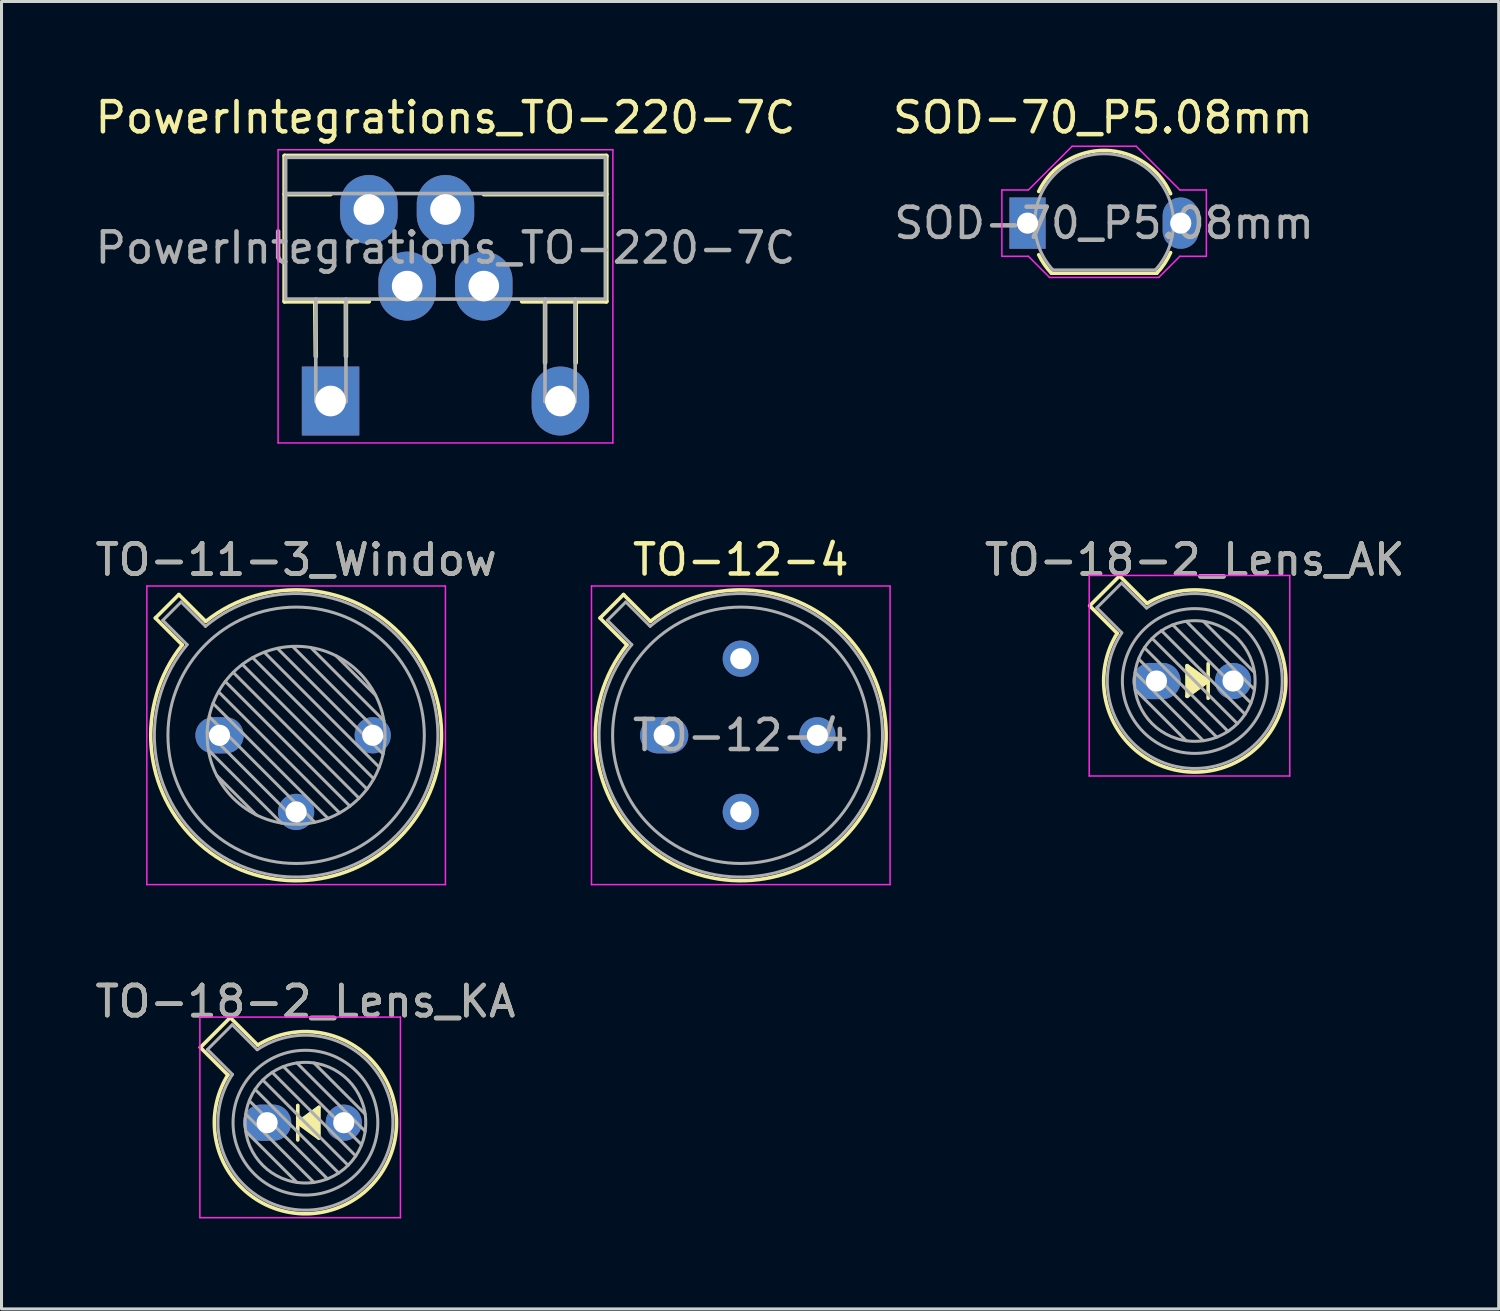
<source format=kicad_pcb>
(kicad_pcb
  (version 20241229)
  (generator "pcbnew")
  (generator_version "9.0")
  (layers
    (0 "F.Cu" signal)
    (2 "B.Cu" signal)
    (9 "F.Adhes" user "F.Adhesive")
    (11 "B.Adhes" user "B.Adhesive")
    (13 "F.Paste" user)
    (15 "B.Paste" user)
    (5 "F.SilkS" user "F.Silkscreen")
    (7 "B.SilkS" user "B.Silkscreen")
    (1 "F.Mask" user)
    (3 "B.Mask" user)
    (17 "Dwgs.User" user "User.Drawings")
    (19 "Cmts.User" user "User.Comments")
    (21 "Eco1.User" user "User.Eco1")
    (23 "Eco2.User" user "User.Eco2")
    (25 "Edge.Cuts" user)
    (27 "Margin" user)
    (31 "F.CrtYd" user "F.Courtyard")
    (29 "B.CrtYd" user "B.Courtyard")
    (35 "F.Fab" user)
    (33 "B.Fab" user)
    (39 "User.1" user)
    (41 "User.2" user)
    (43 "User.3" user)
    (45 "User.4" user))
  (footprint "PowerIntegrations_TO-220-7C"
    (layer "F.Cu")
    (at 7.91 10.246)
    (property "Reference" "PowerIntegrations_TO-220-7C" (at 3.81 -9.398 0) (layer "F.SilkS") (effects (font (size 1 1) (thickness 0.15))))
    (attr through_hole)
    (fp_line (start -1.524 -8.128) (end -1.524 -3.302) (stroke (width 0.15) (type solid)) (layer "F.SilkS"))
    (fp_line (start -1.524 -6.858) (end 0 -6.858) (stroke (width 0.15) (type solid)) (layer "F.SilkS"))
    (fp_line (start -1.524 -3.302) (end 1.27 -3.302) (stroke (width 0.15) (type solid)) (layer "F.SilkS"))
    (fp_line (start -0.49 -1.48) (end -0.508 -3.302) (stroke (width 0.15) (type solid)) (layer "F.SilkS"))
    (fp_line (start 0.51 -1.48) (end 0.508 -3.302) (stroke (width 0.15) (type solid)) (layer "F.SilkS"))
    (fp_line (start 7.112 -1.27) (end 7.112 -3.302) (stroke (width 0.15) (type solid)) (layer "F.SilkS"))
    (fp_line (start 8.128 -1.27) (end 8.128 -3.302) (stroke (width 0.15) (type solid)) (layer "F.SilkS"))
    (fp_line (start 9.144 -8.128) (end -1.524 -8.128) (stroke (width 0.15) (type solid)) (layer "F.SilkS"))
    (fp_line (start 9.144 -8.128) (end 9.144 -3.302) (stroke (width 0.15) (type solid)) (layer "F.SilkS"))
    (fp_line (start 9.144 -6.858) (end 5.08 -6.858) (stroke (width 0.15) (type solid)) (layer "F.SilkS"))
    (fp_line (start 9.144 -3.302) (end 6.35 -3.302) (stroke (width 0.15) (type solid)) (layer "F.SilkS"))
    (fp_line (start -1.74 -8.33) (end -1.74 1.39) (stroke (width 0.05) (type solid)) (layer "F.CrtYd"))
    (fp_line (start -1.74 -8.33) (end 9.36 -8.33) (stroke (width 0.05) (type solid)) (layer "F.CrtYd"))
    (fp_line (start 9.36 1.39) (end -1.74 1.39) (stroke (width 0.05) (type solid)) (layer "F.CrtYd"))
    (fp_line (start 9.36 1.39) (end 9.36 -8.33) (stroke (width 0.05) (type solid)) (layer "F.CrtYd"))
    (fp_line (start -1.49 -8.08) (end -1.49 -3.38) (stroke (width 0.12) (type solid)) (layer "F.Fab"))
    (fp_line (start -1.49 -6.88) (end 9.11 -6.88) (stroke (width 0.12) (type solid)) (layer "F.Fab"))
    (fp_line (start -1.49 -3.38) (end 9.11 -3.38) (stroke (width 0.12) (type solid)) (layer "F.Fab"))
    (fp_line (start -0.49 -3.38) (end -0.49 0.02) (stroke (width 0.12) (type solid)) (layer "F.Fab"))
    (fp_line (start -0.49 0.02) (end 0.51 0.02) (stroke (width 0.12) (type solid)) (layer "F.Fab"))
    (fp_line (start 0.51 0.02) (end 0.51 -3.38) (stroke (width 0.12) (type solid)) (layer "F.Fab"))
    (fp_line (start 7.11 -3.38) (end 7.11 0.02) (stroke (width 0.12) (type solid)) (layer "F.Fab"))
    (fp_line (start 7.11 0.02) (end 8.11 0.02) (stroke (width 0.12) (type solid)) (layer "F.Fab"))
    (fp_line (start 8.11 0.02) (end 8.11 -3.38) (stroke (width 0.12) (type solid)) (layer "F.Fab"))
    (fp_line (start 9.11 -8.08) (end -1.49 -8.08) (stroke (width 0.12) (type solid)) (layer "F.Fab"))
    (fp_line (start 9.11 -3.38) (end 9.11 -8.08) (stroke (width 0.12) (type solid)) (layer "F.Fab"))
    (fp_text user "${REFERENCE}" (at 3.81 -5.08 0) (layer "F.Fab") (effects (font (size 1 1) (thickness 0.15))))
    (pad "1" thru_hole rect (at 0 0) (size 1.905 2.286) (drill 1.016) (layers "*.Cu" "*.Mask"))
    (pad "2" thru_hole oval (at 1.27 -6.35) (size 1.905 2.286) (drill 1.016) (layers "*.Cu" "*.Mask"))
    (pad "3" thru_hole oval (at 2.54 -3.81) (size 1.905 2.286) (drill 1.016) (layers "*.Cu" "*.Mask"))
    (pad "4" thru_hole oval (at 3.81 -6.35) (size 1.905 2.286) (drill 1.016) (layers "*.Cu" "*.Mask"))
    (pad "5" thru_hole oval (at 5.08 -3.81) (size 1.905 2.286) (drill 1.016) (layers "*.Cu" "*.Mask"))
    (pad "7" thru_hole oval (at 7.62 0) (size 1.905 2.286) (drill 1.016) (layers "*.Cu" "*.Mask")))
  (footprint "TO-18-2_Lens_AK"
    (layer "F.Cu")
    (at 35.293 19.529)
    (property "Reference" "TO-18-2_Lens_AK" (at 1.27 -4.02 0) (layer "F.SilkS") (effects (font (size 1 1) (thickness 0.15))))
    (attr through_hole)
    (fp_line (start -2.214 -2.494) (end -1.302 -1.582) (stroke (width 0.12) (type solid)) (layer "F.SilkS"))
    (fp_line (start -1.224 -3.484) (end -2.214 -2.494) (stroke (width 0.12) (type solid)) (layer "F.SilkS"))
    (fp_line (start -0.312 -2.572) (end -1.224 -3.484) (stroke (width 0.12) (type solid)) (layer "F.SilkS"))
    (fp_line (start 1.016 -0.508) (end 1.714 0) (stroke (width 0.12) (type solid)) (layer "F.SilkS"))
    (fp_line (start 1.016 0.508) (end 1.016 -0.508) (stroke (width 0.12) (type solid)) (layer "F.SilkS"))
    (fp_line (start 1.714 -0.572) (end 1.714 0.572) (stroke (width 0.12) (type solid)) (layer "F.SilkS"))
    (fp_line (start 1.714 0) (end 1.016 0.508) (stroke (width 0.12) (type solid)) (layer "F.SilkS"))
    (fp_arc (start -0.312331 -2.572281) (mid 3.405374 2.135551) (end -1.30215 -1.582544) (stroke (width 0.12) (type solid)) (layer "F.SilkS"))
    (fp_poly (pts (xy 1.714 0) (xy 1.016 0.508) (xy 1.016 -0.508)) (stroke (width 0.1) (type solid)) (fill yes) (layer "F.SilkS"))
    (fp_line (start -2.23 -3.5) (end -2.23 3.15) (stroke (width 0.05) (type solid)) (layer "F.CrtYd"))
    (fp_line (start -2.23 3.15) (end 4.42 3.15) (stroke (width 0.05) (type solid)) (layer "F.CrtYd"))
    (fp_line (start 4.42 -3.5) (end -2.23 -3.5) (stroke (width 0.05) (type solid)) (layer "F.CrtYd"))
    (fp_line (start 4.42 3.15) (end 4.42 -3.5) (stroke (width 0.05) (type solid)) (layer "F.CrtYd"))
    (fp_line (start -1.977 -2.426) (end -1.149 -1.599) (stroke (width 0.1) (type solid)) (layer "F.Fab"))
    (fp_line (start -1.156 -3.247) (end -1.977 -2.426) (stroke (width 0.1) (type solid)) (layer "F.Fab"))
    (fp_line (start -0.71 -0.283) (end 1.553 1.98) (stroke (width 0.1) (type solid)) (layer "F.Fab"))
    (fp_line (start -0.71 0.283) (end 0.987 1.98) (stroke (width 0.1) (type solid)) (layer "F.Fab"))
    (fp_line (start -0.592 -0.731) (end 2.001 1.862) (stroke (width 0.1) (type solid)) (layer "F.Fab"))
    (fp_line (start -0.399 -1.103) (end 2.373 1.669) (stroke (width 0.1) (type solid)) (layer "F.Fab"))
    (fp_line (start -0.329 -2.419) (end -1.156 -3.247) (stroke (width 0.1) (type solid)) (layer "F.Fab"))
    (fp_line (start -0.145 -1.415) (end 2.685 1.415) (stroke (width 0.1) (type solid)) (layer "F.Fab"))
    (fp_line (start 0.167 -1.669) (end 2.939 1.103) (stroke (width 0.1) (type solid)) (layer "F.Fab"))
    (fp_line (start 0.539 -1.862) (end 3.132 0.731) (stroke (width 0.1) (type solid)) (layer "F.Fab"))
    (fp_line (start 0.987 -1.98) (end 3.25 0.283) (stroke (width 0.1) (type solid)) (layer "F.Fab"))
    (fp_line (start 1.553 -1.98) (end 3.25 -0.283) (stroke (width 0.1) (type solid)) (layer "F.Fab"))
    (fp_arc (start -0.329057 -2.419301) (mid 3.321075 2.050145) (end -1.150029 -1.597956) (stroke (width 0.1) (type solid)) (layer "F.Fab"))
    (fp_circle (center 1.27 0) (end 3.27 0) (stroke (width 0.1) (type solid)) (fill no) (layer "F.Fab"))
    (fp_circle (center 1.27 0) (end 3.67 0) (stroke (width 0.1) (type solid)) (fill no) (layer "F.Fab"))
    (fp_text user "${REFERENCE}" (at 1.27 -4.02 0) (layer "F.Fab") (effects (font (size 1 1) (thickness 0.15))))
    (pad "1" thru_hole oval (at 0 0) (size 1.6 1.2) (drill 0.7) (layers "*.Cu" "*.Mask"))
    (pad "2" thru_hole oval (at 2.54 0) (size 1.2 1.2) (drill 0.7) (layers "*.Cu" "*.Mask")))
  (footprint "SOD-70_P5.08mm"
    (layer "F.Cu")
    (at 31.018 4.348)
    (property "Reference" "SOD-70_P5.08mm" (at 2.5 -3.5 0) (layer "F.SilkS") (effects (font (size 1 1) (thickness 0.15))))
    (attr through_hole)
    (fp_line (start 4.287 1.66) (end 0.793 1.66) (stroke (width 0.12) (type solid)) (layer "F.SilkS"))
    (fp_arc (start 0.37076 -1.05) (mid 2.5811 -2.40965) (end 4.743786 -0.975412) (stroke (width 0.12) (type solid)) (layer "F.SilkS"))
    (fp_arc (start 0.79286 1.66) (mid 0.5582 1.371338) (end 0.370761 1.05) (stroke (width 0.12) (type solid)) (layer "F.SilkS"))
    (fp_arc (start 4.743786 0.975412) (mid 4.544899 1.337341) (end 4.287141 1.66) (stroke (width 0.12) (type solid)) (layer "F.SilkS"))
    (fp_line (start -0.85 -1.1) (end -0.85 1.1) (stroke (width 0.05) (type solid)) (layer "F.CrtYd"))
    (fp_line (start -0.85 1.1) (end 0.03 1.1) (stroke (width 0.05) (type solid)) (layer "F.CrtYd"))
    (fp_line (start 0.03 -1.1) (end -0.85 -1.1) (stroke (width 0.05) (type solid)) (layer "F.CrtYd"))
    (fp_line (start 0.03 1.1) (end 0.73 1.8) (stroke (width 0.05) (type solid)) (layer "F.CrtYd"))
    (fp_line (start 1.48 -2.55) (end 0.03 -1.1) (stroke (width 0.05) (type solid)) (layer "F.CrtYd"))
    (fp_line (start 1.48 -2.55) (end 3.6 -2.55) (stroke (width 0.05) (type solid)) (layer "F.CrtYd"))
    (fp_line (start 3.6 -2.55) (end 5.05 -1.1) (stroke (width 0.05) (type solid)) (layer "F.CrtYd"))
    (fp_line (start 4.35 1.8) (end 0.73 1.8) (stroke (width 0.05) (type solid)) (layer "F.CrtYd"))
    (fp_line (start 5.05 -1.1) (end 5.93 -1.1) (stroke (width 0.05) (type solid)) (layer "F.CrtYd"))
    (fp_line (start 5.05 1.1) (end 4.35 1.8) (stroke (width 0.05) (type solid)) (layer "F.CrtYd"))
    (fp_line (start 5.93 -1.1) (end 5.93 1.1) (stroke (width 0.05) (type solid)) (layer "F.CrtYd"))
    (fp_line (start 5.93 1.1) (end 5.05 1.1) (stroke (width 0.05) (type solid)) (layer "F.CrtYd"))
    (fp_line (start 4.239 1.55) (end 0.841 1.55) (stroke (width 0.1) (type solid)) (layer "F.Fab"))
    (fp_arc (start 0.840735 1.55) (mid 2.54 -2.3) (end 4.239265 1.55) (stroke (width 0.1) (type solid)) (layer "F.Fab"))
    (fp_text user "${REFERENCE}" (at 2.54 0 0) (layer "F.Fab") (effects (font (size 1 1) (thickness 0.15))))
    (pad "1" thru_hole rect (at 0 0) (size 1.2 1.7) (drill 0.7) (layers "*.Cu" "*.Mask"))
    (pad "2" thru_hole oval (at 5.08 0) (size 1.2 1.7) (drill 0.7) (layers "*.Cu" "*.Mask")))
  (footprint "TO-12-4"
    (layer "F.Cu")
    (at 18.971 21.329)
    (property "Reference" "TO-12-4" (at 2.54 -5.82 0) (layer "F.SilkS") (effects (font (size 1 1) (thickness 0.15))))
    (attr through_hole)
    (fp_line (start -2.126 -3.888) (end -1.235 -2.997) (stroke (width 0.12) (type solid)) (layer "F.SilkS"))
    (fp_line (start -1.348 -4.666) (end -2.126 -3.888) (stroke (width 0.12) (type solid)) (layer "F.SilkS"))
    (fp_line (start -0.457 -3.775) (end -1.348 -4.666) (stroke (width 0.12) (type solid)) (layer "F.SilkS"))
    (fp_arc (start -0.457084 -3.774902) (mid 5.948125 3.408384) (end -1.234674 -2.997371) (stroke (width 0.12) (type solid)) (layer "F.SilkS"))
    (fp_line (start -2.41 -4.95) (end -2.41 4.95) (stroke (width 0.05) (type solid)) (layer "F.CrtYd"))
    (fp_line (start -2.41 4.95) (end 7.49 4.95) (stroke (width 0.05) (type solid)) (layer "F.CrtYd"))
    (fp_line (start 7.49 -4.95) (end -2.41 -4.95) (stroke (width 0.05) (type solid)) (layer "F.CrtYd"))
    (fp_line (start 7.49 4.95) (end 7.49 -4.95) (stroke (width 0.05) (type solid)) (layer "F.CrtYd"))
    (fp_line (start -1.88 -3.812) (end -1.074 -3.005) (stroke (width 0.1) (type solid)) (layer "F.Fab"))
    (fp_line (start -1.272 -4.42) (end -1.88 -3.812) (stroke (width 0.1) (type solid)) (layer "F.Fab"))
    (fp_line (start -0.465 -3.614) (end -1.272 -4.42) (stroke (width 0.1) (type solid)) (layer "F.Fab"))
    (fp_arc (start -0.465408 -3.61352) (mid 5.863443 3.323361) (end -1.073594 -3.005319) (stroke (width 0.1) (type solid)) (layer "F.Fab"))
    (fp_circle (center 2.54 0) (end 6.79 0) (stroke (width 0.1) (type solid)) (fill no) (layer "F.Fab"))
    (fp_text user "${REFERENCE}" (at 2.54 0 0) (layer "F.Fab") (effects (font (size 1 1) (thickness 0.15))))
    (pad "1" thru_hole oval (at 0 0) (size 1.6 1.2) (drill 0.7) (layers "*.Cu" "*.Mask"))
    (pad "2" thru_hole oval (at 2.54 2.54) (size 1.2 1.2) (drill 0.7) (layers "*.Cu" "*.Mask"))
    (pad "3" thru_hole oval (at 5.08 0) (size 1.2 1.2) (drill 0.7) (layers "*.Cu" "*.Mask"))
    (pad "4" thru_hole oval (at 2.54 -2.54) (size 1.2 1.2) (drill 0.7) (layers "*.Cu" "*.Mask")))
  (footprint "TO-11-3_Window"
    (layer "F.Cu")
    (at 4.228 21.329)
    (property "Reference" "TO-11-3_Window" (at 2.54 -5.82 0) (layer "F.SilkS") (effects (font (size 1 1) (thickness 0.15))))
    (attr through_hole)
    (fp_line (start -2.126 -3.888) (end -1.235 -2.997) (stroke (width 0.12) (type solid)) (layer "F.SilkS"))
    (fp_line (start -1.348 -4.666) (end -2.126 -3.888) (stroke (width 0.12) (type solid)) (layer "F.SilkS"))
    (fp_line (start -0.457 -3.775) (end -1.348 -4.666) (stroke (width 0.12) (type solid)) (layer "F.SilkS"))
    (fp_arc (start -0.457084 -3.774902) (mid 5.948125 3.408384) (end -1.234674 -2.997371) (stroke (width 0.12) (type solid)) (layer "F.SilkS"))
    (fp_line (start -2.41 -4.95) (end -2.41 4.95) (stroke (width 0.05) (type solid)) (layer "F.CrtYd"))
    (fp_line (start -2.41 4.95) (end 7.49 4.95) (stroke (width 0.05) (type solid)) (layer "F.CrtYd"))
    (fp_line (start 7.49 -4.95) (end -2.41 -4.95) (stroke (width 0.05) (type solid)) (layer "F.CrtYd"))
    (fp_line (start 7.49 4.95) (end 7.49 -4.95) (stroke (width 0.05) (type solid)) (layer "F.CrtYd"))
    (fp_line (start -1.88 -3.812) (end -1.074 -3.005) (stroke (width 0.1) (type solid)) (layer "F.Fab"))
    (fp_line (start -1.272 -4.42) (end -1.88 -3.812) (stroke (width 0.1) (type solid)) (layer "F.Fab"))
    (fp_line (start -0.465 -3.614) (end -1.272 -4.42) (stroke (width 0.1) (type solid)) (layer "F.Fab"))
    (fp_line (start -0.408 -0.12) (end 2.66 2.948) (stroke (width 0.1) (type solid)) (layer "F.Fab"))
    (fp_line (start -0.371 0.485) (end 2.055 2.911) (stroke (width 0.1) (type solid)) (layer "F.Fab"))
    (fp_line (start -0.344 -0.622) (end 3.162 2.884) (stroke (width 0.1) (type solid)) (layer "F.Fab"))
    (fp_line (start -0.215 -1.058) (end 3.598 2.755) (stroke (width 0.1) (type solid)) (layer "F.Fab"))
    (fp_line (start -0.097 1.324) (end 1.216 2.637) (stroke (width 0.1) (type solid)) (layer "F.Fab"))
    (fp_line (start -0.034 -1.443) (end 3.983 2.574) (stroke (width 0.1) (type solid)) (layer "F.Fab"))
    (fp_line (start 0.19 -1.784) (end 4.324 2.35) (stroke (width 0.1) (type solid)) (layer "F.Fab"))
    (fp_line (start 0.454 -2.086) (end 4.626 2.086) (stroke (width 0.1) (type solid)) (layer "F.Fab"))
    (fp_line (start 0.756 -2.35) (end 4.89 1.784) (stroke (width 0.1) (type solid)) (layer "F.Fab"))
    (fp_line (start 1.097 -2.574) (end 5.114 1.443) (stroke (width 0.1) (type solid)) (layer "F.Fab"))
    (fp_line (start 1.482 -2.755) (end 5.295 1.058) (stroke (width 0.1) (type solid)) (layer "F.Fab"))
    (fp_line (start 1.918 -2.884) (end 5.424 0.622) (stroke (width 0.1) (type solid)) (layer "F.Fab"))
    (fp_line (start 2.42 -2.948) (end 5.488 0.12) (stroke (width 0.1) (type solid)) (layer "F.Fab"))
    (fp_line (start 3.025 -2.911) (end 5.451 -0.485) (stroke (width 0.1) (type solid)) (layer "F.Fab"))
    (fp_line (start 3.864 -2.637) (end 5.177 -1.324) (stroke (width 0.1) (type solid)) (layer "F.Fab"))
    (fp_arc (start -0.465408 -3.61352) (mid 5.863443 3.323361) (end -1.073594 -3.005319) (stroke (width 0.1) (type solid)) (layer "F.Fab"))
    (fp_circle (center 2.54 0) (end 5.49 0) (stroke (width 0.1) (type solid)) (fill no) (layer "F.Fab"))
    (fp_circle (center 2.54 0) (end 6.79 0) (stroke (width 0.1) (type solid)) (fill no) (layer "F.Fab"))
    (fp_text user "${REFERENCE}" (at 2.54 -5.82 0) (layer "F.Fab") (effects (font (size 1 1) (thickness 0.15))))
    (pad "1" thru_hole oval (at 0 0) (size 1.6 1.2) (drill 0.7) (layers "*.Cu" "*.Mask"))
    (pad "2" thru_hole oval (at 2.54 2.54) (size 1.2 1.2) (drill 0.7) (layers "*.Cu" "*.Mask"))
    (pad "3" thru_hole oval (at 5.08 0) (size 1.2 1.2) (drill 0.7) (layers "*.Cu" "*.Mask")))
  (footprint "TO-18-2_Lens_KA"
    (layer "F.Cu")
    (at 5.807 34.173)
    (property "Reference" "TO-18-2_Lens_KA" (at 1.27 -4.02 0) (layer "F.SilkS") (effects (font (size 1 1) (thickness 0.15))))
    (attr through_hole)
    (fp_line (start -2.214 -2.494) (end -1.302 -1.582) (stroke (width 0.12) (type solid)) (layer "F.SilkS"))
    (fp_line (start -1.224 -3.484) (end -2.214 -2.494) (stroke (width 0.12) (type solid)) (layer "F.SilkS"))
    (fp_line (start -0.312 -2.572) (end -1.224 -3.484) (stroke (width 0.12) (type solid)) (layer "F.SilkS"))
    (fp_line (start 1.016 0) (end 1.714 -0.508) (stroke (width 0.12) (type solid)) (layer "F.SilkS"))
    (fp_line (start 1.016 0.572) (end 1.016 -0.572) (stroke (width 0.12) (type solid)) (layer "F.SilkS"))
    (fp_line (start 1.714 -0.508) (end 1.714 0.508) (stroke (width 0.12) (type solid)) (layer "F.SilkS"))
    (fp_line (start 1.714 0.508) (end 1.016 0) (stroke (width 0.12) (type solid)) (layer "F.SilkS"))
    (fp_arc (start -0.312331 -2.572281) (mid 3.405374 2.135551) (end -1.30215 -1.582544) (stroke (width 0.12) (type solid)) (layer "F.SilkS"))
    (fp_poly (pts (xy 1.016 0) (xy 1.714 -0.508) (xy 1.714 0.508)) (stroke (width 0.1) (type solid)) (fill yes) (layer "F.SilkS"))
    (fp_line (start -2.23 -3.5) (end -2.23 3.15) (stroke (width 0.05) (type solid)) (layer "F.CrtYd"))
    (fp_line (start -2.23 3.15) (end 4.42 3.15) (stroke (width 0.05) (type solid)) (layer "F.CrtYd"))
    (fp_line (start 4.42 -3.5) (end -2.23 -3.5) (stroke (width 0.05) (type solid)) (layer "F.CrtYd"))
    (fp_line (start 4.42 3.15) (end 4.42 -3.5) (stroke (width 0.05) (type solid)) (layer "F.CrtYd"))
    (fp_line (start -1.977 -2.426) (end -1.149 -1.599) (stroke (width 0.1) (type solid)) (layer "F.Fab"))
    (fp_line (start -1.156 -3.247) (end -1.977 -2.426) (stroke (width 0.1) (type solid)) (layer "F.Fab"))
    (fp_line (start -0.71 -0.283) (end 1.553 1.98) (stroke (width 0.1) (type solid)) (layer "F.Fab"))
    (fp_line (start -0.71 0.283) (end 0.987 1.98) (stroke (width 0.1) (type solid)) (layer "F.Fab"))
    (fp_line (start -0.592 -0.731) (end 2.001 1.862) (stroke (width 0.1) (type solid)) (layer "F.Fab"))
    (fp_line (start -0.399 -1.103) (end 2.373 1.669) (stroke (width 0.1) (type solid)) (layer "F.Fab"))
    (fp_line (start -0.329 -2.419) (end -1.156 -3.247) (stroke (width 0.1) (type solid)) (layer "F.Fab"))
    (fp_line (start -0.145 -1.415) (end 2.685 1.415) (stroke (width 0.1) (type solid)) (layer "F.Fab"))
    (fp_line (start 0.167 -1.669) (end 2.939 1.103) (stroke (width 0.1) (type solid)) (layer "F.Fab"))
    (fp_line (start 0.539 -1.862) (end 3.132 0.731) (stroke (width 0.1) (type solid)) (layer "F.Fab"))
    (fp_line (start 0.987 -1.98) (end 3.25 0.283) (stroke (width 0.1) (type solid)) (layer "F.Fab"))
    (fp_line (start 1.553 -1.98) (end 3.25 -0.283) (stroke (width 0.1) (type solid)) (layer "F.Fab"))
    (fp_arc (start -0.329057 -2.419301) (mid 3.321075 2.050145) (end -1.150029 -1.597956) (stroke (width 0.1) (type solid)) (layer "F.Fab"))
    (fp_circle (center 1.27 0) (end 3.27 0) (stroke (width 0.1) (type solid)) (fill no) (layer "F.Fab"))
    (fp_circle (center 1.27 0) (end 3.67 0) (stroke (width 0.1) (type solid)) (fill no) (layer "F.Fab"))
    (fp_text user "${REFERENCE}" (at 1.27 -4.02 0) (layer "F.Fab") (effects (font (size 1 1) (thickness 0.15))))
    (pad "1" thru_hole oval (at 0 0) (size 1.6 1.2) (drill 0.7) (layers "*.Cu" "*.Mask"))
    (pad "2" thru_hole oval (at 2.54 0) (size 1.2 1.2) (drill 0.7) (layers "*.Cu" "*.Mask")))
  (gr_rect
    (start -3 -3)
    (end 46.64 40.348)
    (stroke (width 0.1) (type default))
    (fill no)
    (layer "Edge.Cuts")))
</source>
